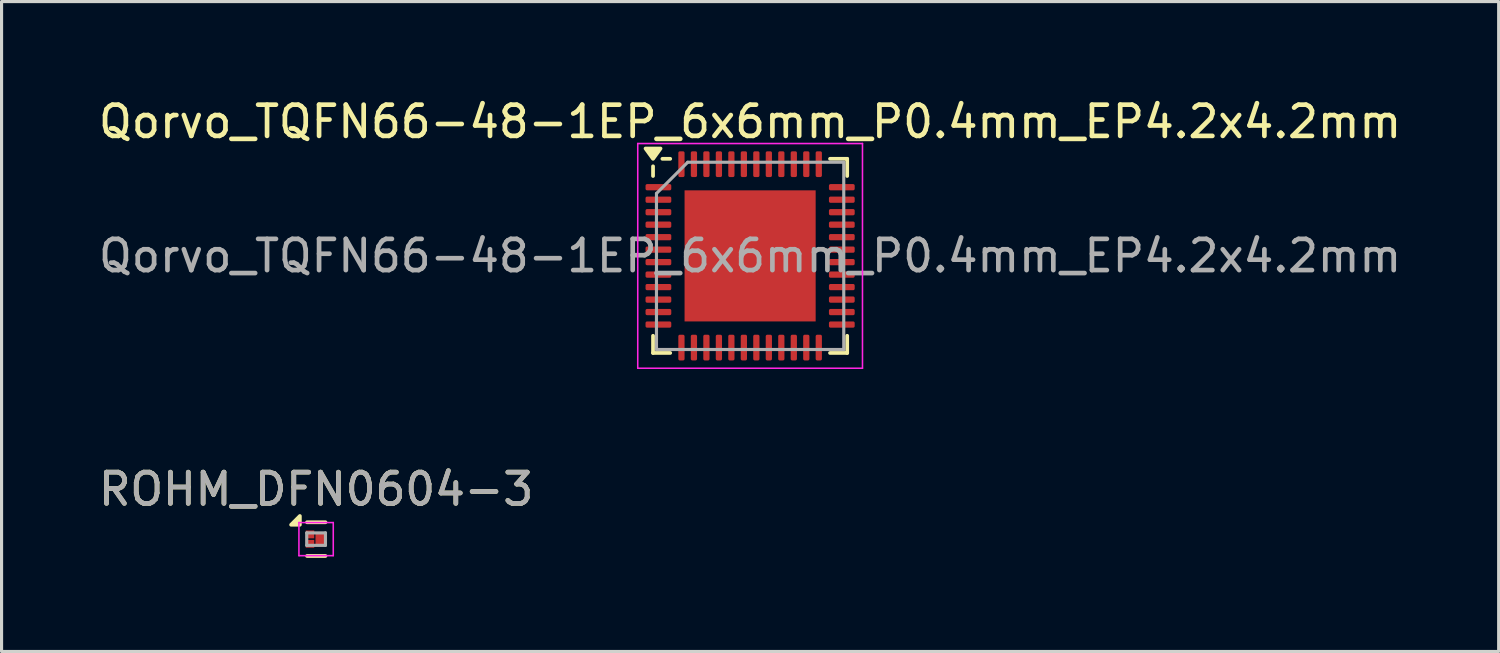
<source format=kicad_pcb>
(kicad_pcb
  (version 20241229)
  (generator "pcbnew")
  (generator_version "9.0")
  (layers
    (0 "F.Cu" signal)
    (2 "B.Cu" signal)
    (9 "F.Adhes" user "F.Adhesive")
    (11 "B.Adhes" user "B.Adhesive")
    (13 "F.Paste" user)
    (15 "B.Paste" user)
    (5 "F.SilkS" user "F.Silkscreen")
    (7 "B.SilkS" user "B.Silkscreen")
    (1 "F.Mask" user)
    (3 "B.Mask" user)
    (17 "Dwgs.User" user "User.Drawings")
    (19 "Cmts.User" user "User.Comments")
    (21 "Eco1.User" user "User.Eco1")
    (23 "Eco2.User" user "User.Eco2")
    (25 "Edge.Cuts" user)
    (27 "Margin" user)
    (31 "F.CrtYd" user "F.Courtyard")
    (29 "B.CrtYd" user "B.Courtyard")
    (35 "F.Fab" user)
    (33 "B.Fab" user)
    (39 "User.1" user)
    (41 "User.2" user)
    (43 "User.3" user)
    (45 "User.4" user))
  (footprint "ROHM_DFN0604-3"
    (layer "F.Cu")
    (at 7.077 14.222)
    (property "Reference" "ROHM_DFN0604-3" (at 0 -1.6 0) (layer "F.SilkS") (effects (font (size 1 1) (thickness 0.15))))
    (attr smd)
    (fp_line (start -0.29 -0.54) (end 0.3 -0.54) (stroke (width 0.12) (type default)) (layer "F.SilkS"))
    (fp_line (start -0.29 0.54) (end 0.3 0.54) (stroke (width 0.12) (type default)) (layer "F.SilkS"))
    (fp_poly (pts (xy -0.52 -0.46) (xy -0.8 -0.46) (xy -0.52 -0.74) (xy -0.52 -0.46)) (stroke (width 0.12) (type solid)) (fill yes) (layer "F.SilkS"))
    (fp_line (start -0.55 -0.53) (end 0.55 -0.53) (stroke (width 0.05) (type solid)) (layer "F.CrtYd"))
    (fp_line (start -0.55 0.53) (end -0.55 -0.53) (stroke (width 0.05) (type solid)) (layer "F.CrtYd"))
    (fp_line (start 0.55 -0.53) (end 0.55 0.53) (stroke (width 0.05) (type solid)) (layer "F.CrtYd"))
    (fp_line (start 0.55 0.53) (end -0.55 0.53) (stroke (width 0.05) (type solid)) (layer "F.CrtYd"))
    (fp_line (start -0.3 -0.2) (end 0.3 -0.2) (stroke (width 0.1) (type solid)) (layer "F.Fab"))
    (fp_line (start -0.3 0.2) (end -0.3 -0.2) (stroke (width 0.1) (type solid)) (layer "F.Fab"))
    (fp_line (start 0.3 -0.2) (end 0.3 0.2) (stroke (width 0.1) (type solid)) (layer "F.Fab"))
    (fp_line (start 0.3 0.2) (end -0.3 0.2) (stroke (width 0.1) (type solid)) (layer "F.Fab"))
    (fp_text user "${REFERENCE}" (at 0 -1.6 0) (layer "F.Fab") (effects (font (size 1 1) (thickness 0.15))))
    (pad "1" smd rect (at -0.195 -0.15 270) (size 0.25 0.27) (layers "F.Cu" "F.Mask" "F.Paste"))
    (pad "2" smd rect (at -0.195 0.15 270) (size 0.25 0.27) (layers "F.Cu" "F.Mask" "F.Paste"))
    (pad "3" smd rect (at 0.155 0 270) (size 0.35 0.35) (layers "F.Cu" "F.Mask" "F.Paste")))
  (footprint "Qorvo_TQFN66-48-1EP_6x6mm_P0.4mm_EP4.2x4.2mm"
    (layer "F.Cu")
    (at 20.982 5.148)
    (property "Reference" "Qorvo_TQFN66-48-1EP_6x6mm_P0.4mm_EP4.2x4.2mm" (at 0 -4.3 0) (layer "F.SilkS") (effects (font (size 1 1) (thickness 0.15))))
    (attr smd)
    (fp_line (start -3.11 -2.56) (end -3.11 -2.87) (stroke (width 0.12) (type solid)) (layer "F.SilkS"))
    (fp_line (start -3.11 3.11) (end -3.11 2.56) (stroke (width 0.12) (type solid)) (layer "F.SilkS"))
    (fp_line (start -2.56 -3.11) (end -2.81 -3.11) (stroke (width 0.12) (type solid)) (layer "F.SilkS"))
    (fp_line (start -2.56 3.11) (end -3.11 3.11) (stroke (width 0.12) (type solid)) (layer "F.SilkS"))
    (fp_line (start 2.56 -3.11) (end 3.11 -3.11) (stroke (width 0.12) (type solid)) (layer "F.SilkS"))
    (fp_line (start 2.56 3.11) (end 3.11 3.11) (stroke (width 0.12) (type solid)) (layer "F.SilkS"))
    (fp_line (start 3.11 -3.11) (end 3.11 -2.56) (stroke (width 0.12) (type solid)) (layer "F.SilkS"))
    (fp_line (start 3.11 3.11) (end 3.11 2.56) (stroke (width 0.12) (type solid)) (layer "F.SilkS"))
    (fp_poly (pts (xy -3.11 -3.11) (xy -3.35 -3.44) (xy -2.87 -3.44) (xy -3.11 -3.11)) (stroke (width 0.12) (type solid)) (fill yes) (layer "F.SilkS"))
    (fp_line (start -3.6 -3.6) (end -3.6 3.6) (stroke (width 0.05) (type solid)) (layer "F.CrtYd"))
    (fp_line (start -3.6 3.6) (end 3.6 3.6) (stroke (width 0.05) (type solid)) (layer "F.CrtYd"))
    (fp_line (start 3.6 -3.6) (end -3.6 -3.6) (stroke (width 0.05) (type solid)) (layer "F.CrtYd"))
    (fp_line (start 3.6 3.6) (end 3.6 -3.6) (stroke (width 0.05) (type solid)) (layer "F.CrtYd"))
    (fp_line (start -3 -2) (end -2 -3) (stroke (width 0.1) (type solid)) (layer "F.Fab"))
    (fp_line (start -3 3) (end -3 -2) (stroke (width 0.1) (type solid)) (layer "F.Fab"))
    (fp_line (start -2 -3) (end 3 -3) (stroke (width 0.1) (type solid)) (layer "F.Fab"))
    (fp_line (start 3 -3) (end 3 3) (stroke (width 0.1) (type solid)) (layer "F.Fab"))
    (fp_line (start 3 3) (end -3 3) (stroke (width 0.1) (type solid)) (layer "F.Fab"))
    (fp_text user "${REFERENCE}" (at 0 0 0) (layer "F.Fab") (effects (font (size 1 1) (thickness 0.15))))
    (pad "" smd roundrect (at -1.4 -1.4) (size 1.13 1.13) (layers "F.Paste") (roundrect_rratio 0.221))
    (pad "" smd roundrect (at -1.4 0) (size 1.13 1.13) (layers "F.Paste") (roundrect_rratio 0.221))
    (pad "" smd roundrect (at -1.4 1.4) (size 1.13 1.13) (layers "F.Paste") (roundrect_rratio 0.221))
    (pad "" smd roundrect (at 0 -1.4) (size 1.13 1.13) (layers "F.Paste") (roundrect_rratio 0.221))
    (pad "" smd roundrect (at 0 0) (size 1.13 1.13) (layers "F.Paste") (roundrect_rratio 0.221))
    (pad "" smd roundrect (at 0 1.4) (size 1.13 1.13) (layers "F.Paste") (roundrect_rratio 0.221))
    (pad "" smd roundrect (at 1.4 -1.4) (size 1.13 1.13) (layers "F.Paste") (roundrect_rratio 0.221))
    (pad "" smd roundrect (at 1.4 0) (size 1.13 1.13) (layers "F.Paste") (roundrect_rratio 0.221))
    (pad "" smd roundrect (at 1.4 1.4) (size 1.13 1.13) (layers "F.Paste") (roundrect_rratio 0.221))
    (pad "1" smd roundrect (at -2.938 -2.2) (size 0.825 0.2) (layers "F.Cu" "F.Mask" "F.Paste") (roundrect_rratio 0.25))
    (pad "2" smd roundrect (at -2.938 -1.8) (size 0.825 0.2) (layers "F.Cu" "F.Mask" "F.Paste") (roundrect_rratio 0.25))
    (pad "3" smd roundrect (at -2.938 -1.4) (size 0.825 0.2) (layers "F.Cu" "F.Mask" "F.Paste") (roundrect_rratio 0.25))
    (pad "4" smd roundrect (at -2.938 -1) (size 0.825 0.2) (layers "F.Cu" "F.Mask" "F.Paste") (roundrect_rratio 0.25))
    (pad "5" smd roundrect (at -2.938 -0.6) (size 0.825 0.2) (layers "F.Cu" "F.Mask" "F.Paste") (roundrect_rratio 0.25))
    (pad "6" smd roundrect (at -2.938 -0.2) (size 0.825 0.2) (layers "F.Cu" "F.Mask" "F.Paste") (roundrect_rratio 0.25))
    (pad "7" smd roundrect (at -2.938 0.2) (size 0.825 0.2) (layers "F.Cu" "F.Mask" "F.Paste") (roundrect_rratio 0.25))
    (pad "8" smd roundrect (at -2.938 0.6) (size 0.825 0.2) (layers "F.Cu" "F.Mask" "F.Paste") (roundrect_rratio 0.25))
    (pad "9" smd roundrect (at -2.938 1) (size 0.825 0.2) (layers "F.Cu" "F.Mask" "F.Paste") (roundrect_rratio 0.25))
    (pad "10" smd roundrect (at -2.938 1.4) (size 0.825 0.2) (layers "F.Cu" "F.Mask" "F.Paste") (roundrect_rratio 0.25))
    (pad "11" smd roundrect (at -2.938 1.8) (size 0.825 0.2) (layers "F.Cu" "F.Mask" "F.Paste") (roundrect_rratio 0.25))
    (pad "12" smd roundrect (at -2.938 2.2) (size 0.825 0.2) (layers "F.Cu" "F.Mask" "F.Paste") (roundrect_rratio 0.25))
    (pad "13" smd roundrect (at -2.2 2.938) (size 0.2 0.825) (layers "F.Cu" "F.Mask" "F.Paste") (roundrect_rratio 0.25))
    (pad "14" smd roundrect (at -1.8 2.938) (size 0.2 0.825) (layers "F.Cu" "F.Mask" "F.Paste") (roundrect_rratio 0.25))
    (pad "15" smd roundrect (at -1.4 2.938) (size 0.2 0.825) (layers "F.Cu" "F.Mask" "F.Paste") (roundrect_rratio 0.25))
    (pad "16" smd roundrect (at -1 2.938) (size 0.2 0.825) (layers "F.Cu" "F.Mask" "F.Paste") (roundrect_rratio 0.25))
    (pad "17" smd roundrect (at -0.6 2.938) (size 0.2 0.825) (layers "F.Cu" "F.Mask" "F.Paste") (roundrect_rratio 0.25))
    (pad "18" smd roundrect (at -0.2 2.938) (size 0.2 0.825) (layers "F.Cu" "F.Mask" "F.Paste") (roundrect_rratio 0.25))
    (pad "19" smd roundrect (at 0.2 2.938) (size 0.2 0.825) (layers "F.Cu" "F.Mask" "F.Paste") (roundrect_rratio 0.25))
    (pad "20" smd roundrect (at 0.6 2.938) (size 0.2 0.825) (layers "F.Cu" "F.Mask" "F.Paste") (roundrect_rratio 0.25))
    (pad "21" smd roundrect (at 1 2.938) (size 0.2 0.825) (layers "F.Cu" "F.Mask" "F.Paste") (roundrect_rratio 0.25))
    (pad "22" smd roundrect (at 1.4 2.938) (size 0.2 0.825) (layers "F.Cu" "F.Mask" "F.Paste") (roundrect_rratio 0.25))
    (pad "23" smd roundrect (at 1.8 2.938) (size 0.2 0.825) (layers "F.Cu" "F.Mask" "F.Paste") (roundrect_rratio 0.25))
    (pad "24" smd roundrect (at 2.2 2.938) (size 0.2 0.825) (layers "F.Cu" "F.Mask" "F.Paste") (roundrect_rratio 0.25))
    (pad "25" smd roundrect (at 2.938 2.2) (size 0.825 0.2) (layers "F.Cu" "F.Mask" "F.Paste") (roundrect_rratio 0.25))
    (pad "26" smd roundrect (at 2.938 1.8) (size 0.825 0.2) (layers "F.Cu" "F.Mask" "F.Paste") (roundrect_rratio 0.25))
    (pad "27" smd roundrect (at 2.938 1.4) (size 0.825 0.2) (layers "F.Cu" "F.Mask" "F.Paste") (roundrect_rratio 0.25))
    (pad "28" smd roundrect (at 2.938 1) (size 0.825 0.2) (layers "F.Cu" "F.Mask" "F.Paste") (roundrect_rratio 0.25))
    (pad "29" smd roundrect (at 2.938 0.6) (size 0.825 0.2) (layers "F.Cu" "F.Mask" "F.Paste") (roundrect_rratio 0.25))
    (pad "30" smd roundrect (at 2.938 0.2) (size 0.825 0.2) (layers "F.Cu" "F.Mask" "F.Paste") (roundrect_rratio 0.25))
    (pad "31" smd roundrect (at 2.938 -0.2) (size 0.825 0.2) (layers "F.Cu" "F.Mask" "F.Paste") (roundrect_rratio 0.25))
    (pad "32" smd roundrect (at 2.938 -0.6) (size 0.825 0.2) (layers "F.Cu" "F.Mask" "F.Paste") (roundrect_rratio 0.25))
    (pad "33" smd roundrect (at 2.938 -1) (size 0.825 0.2) (layers "F.Cu" "F.Mask" "F.Paste") (roundrect_rratio 0.25))
    (pad "34" smd roundrect (at 2.938 -1.4) (size 0.825 0.2) (layers "F.Cu" "F.Mask" "F.Paste") (roundrect_rratio 0.25))
    (pad "35" smd roundrect (at 2.938 -1.8) (size 0.825 0.2) (layers "F.Cu" "F.Mask" "F.Paste") (roundrect_rratio 0.25))
    (pad "36" smd roundrect (at 2.938 -2.2) (size 0.825 0.2) (layers "F.Cu" "F.Mask" "F.Paste") (roundrect_rratio 0.25))
    (pad "37" smd roundrect (at 2.2 -2.938) (size 0.2 0.825) (layers "F.Cu" "F.Mask" "F.Paste") (roundrect_rratio 0.25))
    (pad "38" smd roundrect (at 1.8 -2.938) (size 0.2 0.825) (layers "F.Cu" "F.Mask" "F.Paste") (roundrect_rratio 0.25))
    (pad "39" smd roundrect (at 1.4 -2.938) (size 0.2 0.825) (layers "F.Cu" "F.Mask" "F.Paste") (roundrect_rratio 0.25))
    (pad "40" smd roundrect (at 1 -2.938) (size 0.2 0.825) (layers "F.Cu" "F.Mask" "F.Paste") (roundrect_rratio 0.25))
    (pad "41" smd roundrect (at 0.6 -2.938) (size 0.2 0.825) (layers "F.Cu" "F.Mask" "F.Paste") (roundrect_rratio 0.25))
    (pad "42" smd roundrect (at 0.2 -2.938) (size 0.2 0.825) (layers "F.Cu" "F.Mask" "F.Paste") (roundrect_rratio 0.25))
    (pad "43" smd roundrect (at -0.2 -2.938) (size 0.2 0.825) (layers "F.Cu" "F.Mask" "F.Paste") (roundrect_rratio 0.25))
    (pad "44" smd roundrect (at -0.6 -2.938) (size 0.2 0.825) (layers "F.Cu" "F.Mask" "F.Paste") (roundrect_rratio 0.25))
    (pad "45" smd roundrect (at -1 -2.938) (size 0.2 0.825) (layers "F.Cu" "F.Mask" "F.Paste") (roundrect_rratio 0.25))
    (pad "46" smd roundrect (at -1.4 -2.938) (size 0.2 0.825) (layers "F.Cu" "F.Mask" "F.Paste") (roundrect_rratio 0.25))
    (pad "47" smd roundrect (at -1.8 -2.938) (size 0.2 0.825) (layers "F.Cu" "F.Mask" "F.Paste") (roundrect_rratio 0.25))
    (pad "48" smd roundrect (at -2.2 -2.938) (size 0.2 0.825) (layers "F.Cu" "F.Mask" "F.Paste") (roundrect_rratio 0.25))
    (pad "49" smd rect (at 0 0) (size 4.2 4.2) (property pad_prop_heatsink) (layers "F.Cu" "F.Mask")))
  (gr_rect
    (start -3 -3)
    (end 44.964 17.822)
    (stroke (width 0.1) (type default))
    (fill no)
    (layer "Edge.Cuts")))
</source>
